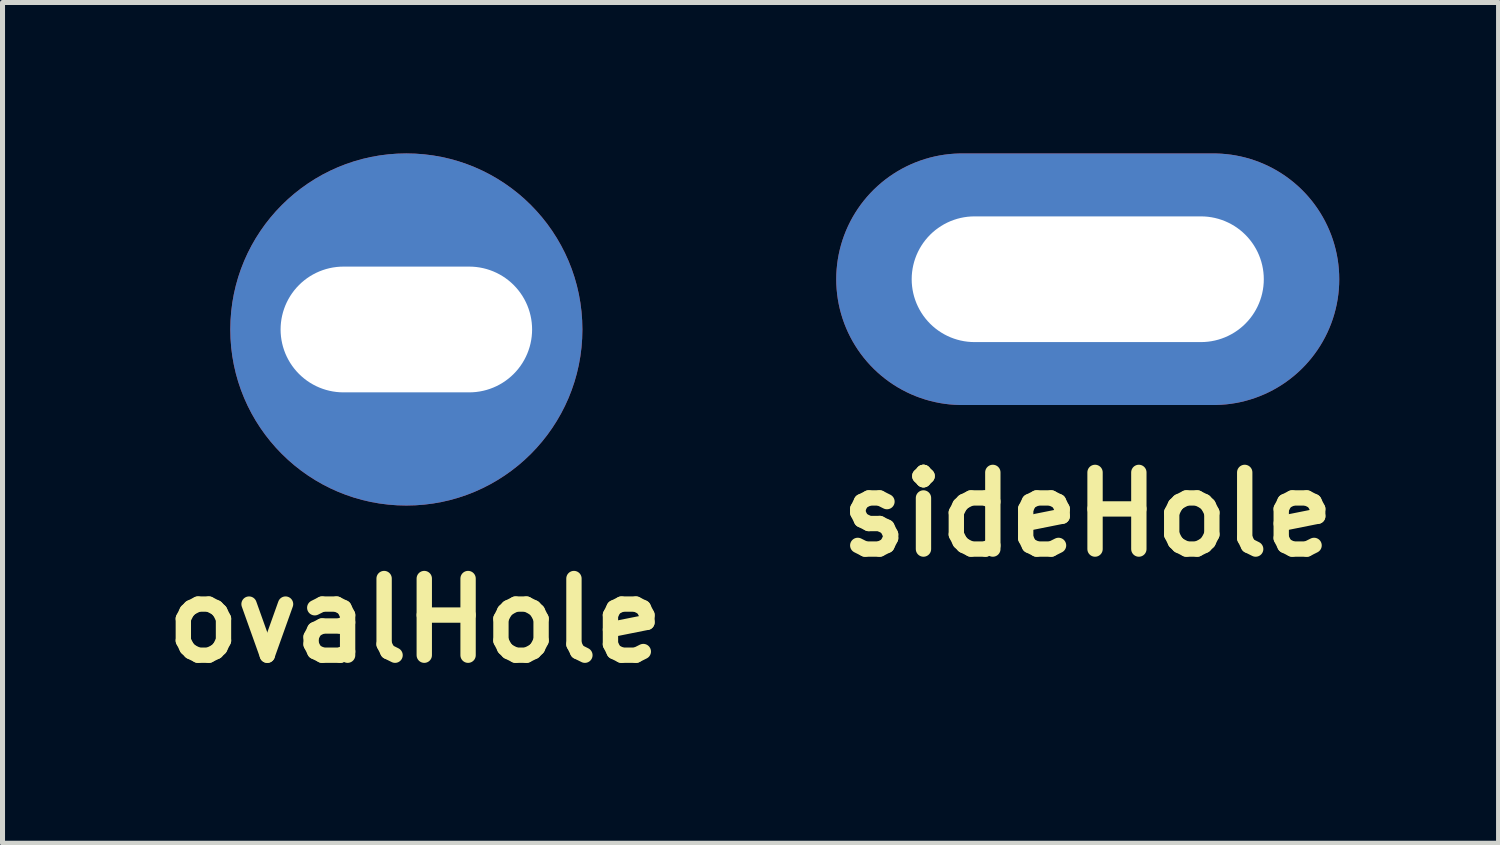
<source format=kicad_pcb>
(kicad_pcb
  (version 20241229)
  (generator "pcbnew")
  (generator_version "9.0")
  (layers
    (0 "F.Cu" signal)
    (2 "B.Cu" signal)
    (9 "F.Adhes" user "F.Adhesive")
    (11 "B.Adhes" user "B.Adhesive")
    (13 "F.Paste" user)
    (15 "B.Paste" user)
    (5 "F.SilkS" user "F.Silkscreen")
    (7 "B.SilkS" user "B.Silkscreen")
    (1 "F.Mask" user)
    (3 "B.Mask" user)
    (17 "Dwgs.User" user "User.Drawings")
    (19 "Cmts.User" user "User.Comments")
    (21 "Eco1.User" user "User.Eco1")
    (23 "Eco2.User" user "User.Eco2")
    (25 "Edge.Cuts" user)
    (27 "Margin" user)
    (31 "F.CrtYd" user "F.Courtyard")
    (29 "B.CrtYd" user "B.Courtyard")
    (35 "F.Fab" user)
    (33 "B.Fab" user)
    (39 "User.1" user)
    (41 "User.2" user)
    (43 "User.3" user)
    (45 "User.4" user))
  (footprint "ovalHole"
    (layer "F.Cu")
    (at 5.028 3.5)
    (property "Reference" "ovalHole" (at 0.175 5.786 0) (layer "F.SilkS") (effects (font (size 1.524 1.524) (thickness 0.305))))
    (attr exclude_from_pos_files exclude_from_bom)
    (pad "1" thru_hole circle (at 0 0) (size 7 7) (drill oval 5 2.5) (layers "*.Cu" "*.Mask")))
  (footprint "sideHole"
    (layer "F.Cu")
    (at 18.574 2.501)
    (property "Reference" "sideHole" (at 0 4.675 0) (layer "F.SilkS") (effects (font (size 1.524 1.524) (thickness 0.305))))
    (attr exclude_from_pos_files exclude_from_bom)
    (pad "1" thru_hole oval (at 0 0) (size 10 5.001) (drill oval 7 2.499) (layers "*.Cu" "*.Mask")))
  (gr_rect
    (start -3 -3)
    (end 26.741 13.713)
    (stroke (width 0.1) (type default))
    (fill no)
    (layer "Edge.Cuts")))
</source>
